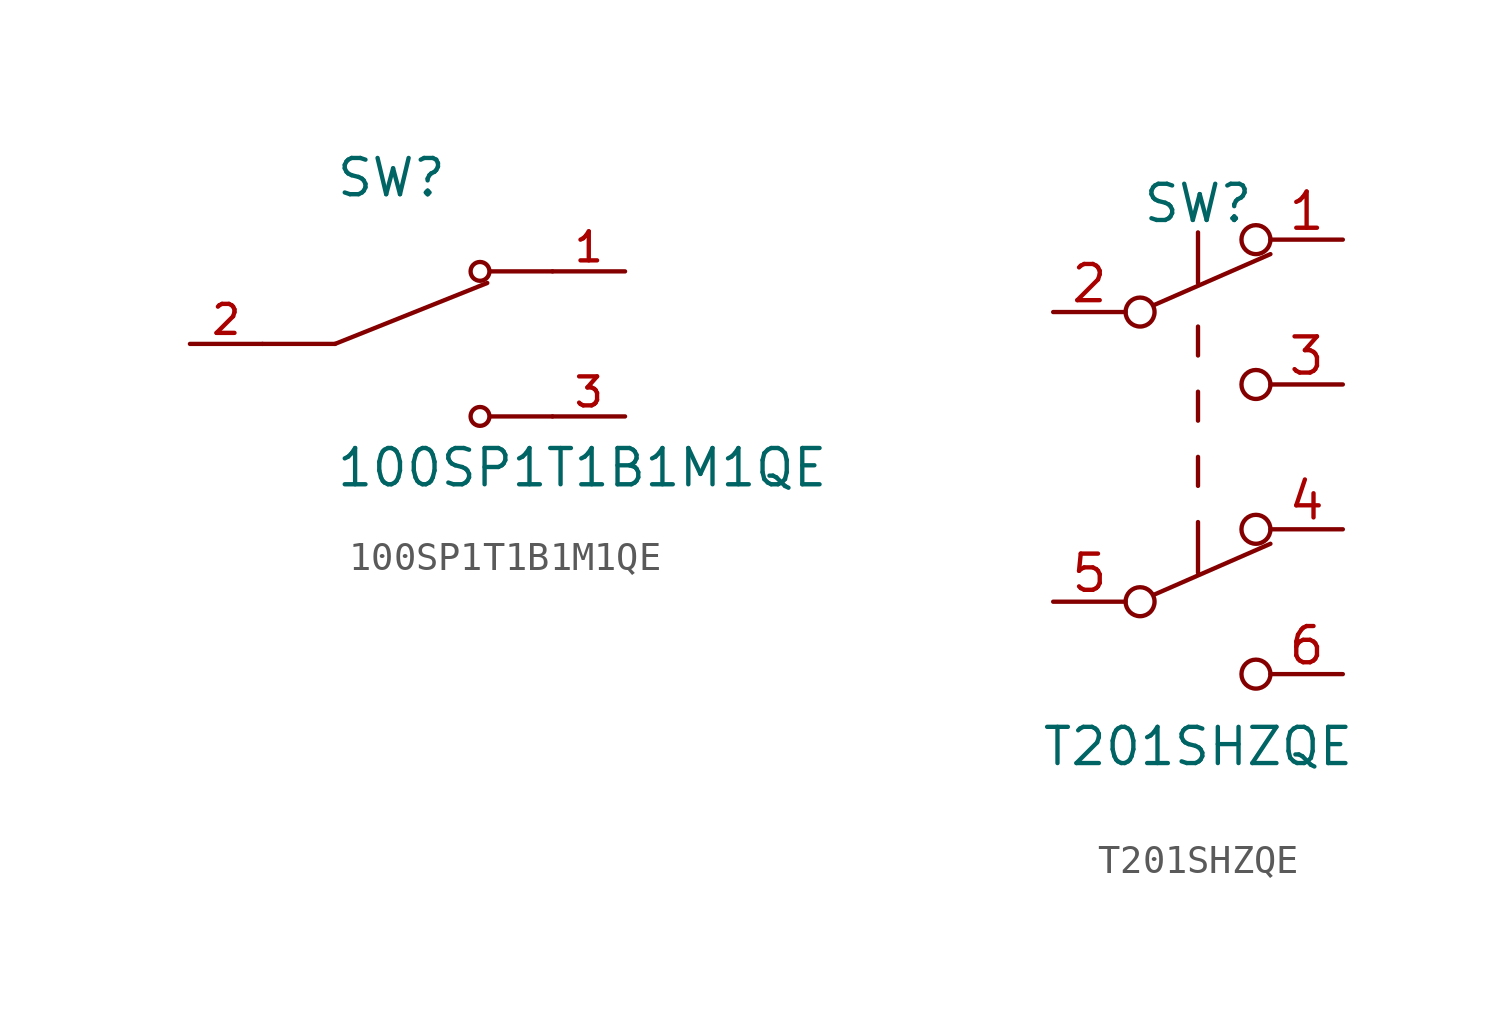
<source format=kicad_sym>
(kicad_symbol_lib
  (version 20211014)
  (generator kicad_symbol_editor)
  (symbol "100SP1T1B1M1QE"
    (pin_names
      (offset 1.016) hide)
    (property "Reference" "SW"
      (at -2.54 5.08 0)
      (effects (font (size 1.27 1.27)) (justify left bottom)))
    (property "Value" "100SP1T1B1M1QE"
      (at -2.54 -5.08 0)
      (effects (font (size 1.27 1.27)) (justify left bottom)))
    (symbol "100SP1T1B1M1QE_0_0"
      (polyline (pts (xy -2.54 0) (xy -5.08 0)) (stroke (width 0.152) (type default) (color 0 0 0 0)) (fill (type none)))
      (polyline (pts (xy -2.54 0) (xy 2.794 2.134)) (stroke (width 0.152) (type default) (color 0 0 0 0)) (fill (type none)))
      (polyline (pts (xy 5.08 -2.54) (xy 2.921 -2.54)) (stroke (width 0.152) (type default) (color 0 0 0 0)) (fill (type none)))
      (polyline (pts (xy 5.08 2.54) (xy 2.921 2.54)) (stroke (width 0.152) (type default) (color 0 0 0 0)) (fill (type none)))
      (circle (center 2.54 -2.54) (radius 0.33) (stroke (width 0.152) (type default) (color 0 0 0 0)) (fill (type none)))
      (circle (center 2.54 2.54) (radius 0.33) (stroke (width 0.152) (type default) (color 0 0 0 0)) (fill (type none)))
      (pin passive line (at 7.62 2.54 180) (length 2.54) (name "~" (effects (font (size 1.016 1.016)))) (number "1" (effects (font (size 1.016 1.016)))))
      (pin passive line (at -7.62 0 0) (length 2.54) (name "~" (effects (font (size 1.016 1.016)))) (number "2" (effects (font (size 1.016 1.016)))))
      (pin passive line (at 7.62 -2.54 180) (length 2.54) (name "~" (effects (font (size 1.016 1.016)))) (number "3" (effects (font (size 1.016 1.016)))))))
  (symbol "T201SHZQE"
    (pin_names
      (offset 0) hide)
    (property "Reference" "SW"
      (at 0 8.89 0)
      (effects (font (size 1.27 1.27))))
    (property "Value" "T201SHZQE"
      (at 0 -10.16 0)
      (effects (font (size 1.27 1.27))))
    (symbol "T201SHZQE_0_0"
      (circle (center -2.032 -5.08) (radius 0.508) (stroke (width 0) (type default) (color 0 0 0 0)) (fill (type none)))
      (circle (center -2.032 5.08) (radius 0.508) (stroke (width 0) (type default) (color 0 0 0 0)) (fill (type none)))
      (circle (center 2.032 -7.62) (radius 0.508) (stroke (width 0) (type default) (color 0 0 0 0)) (fill (type none)))
      (circle (center 2.032 2.54) (radius 0.508) (stroke (width 0) (type default) (color 0 0 0 0)) (fill (type none))))
    (symbol "T201SHZQE_0_1"
      (polyline (pts (xy -1.524 -4.826) (xy 2.54 -3.048)) (stroke (width 0) (type default) (color 0 0 0 0)) (fill (type none)))
      (polyline (pts (xy -1.524 5.334) (xy 2.54 7.112)) (stroke (width 0) (type default) (color 0 0 0 0)) (fill (type none)))
      (polyline (pts (xy 0 -2.286) (xy 0 -4.064)) (stroke (width 0) (type default) (color 0 0 0 0)) (fill (type none)))
      (polyline (pts (xy 0 -1.016) (xy 0 0)) (stroke (width 0) (type default) (color 0 0 0 0)) (fill (type none)))
      (polyline (pts (xy 0 1.27) (xy 0 2.286)) (stroke (width 0) (type default) (color 0 0 0 0)) (fill (type none)))
      (polyline (pts (xy 0 3.556) (xy 0 4.572)) (stroke (width 0) (type default) (color 0 0 0 0)) (fill (type none)))
      (polyline (pts (xy 0 7.874) (xy 0 6.096)) (stroke (width 0) (type default) (color 0 0 0 0)) (fill (type none)))
      (circle (center 2.032 -2.54) (radius 0.508) (stroke (width 0) (type default) (color 0 0 0 0)) (fill (type none)))
      (circle (center 2.032 7.62) (radius 0.508) (stroke (width 0) (type default) (color 0 0 0 0)) (fill (type none))))
    (symbol "T201SHZQE_1_1"
      (pin passive line (at 5.08 7.62 180) (length 2.54) (name "A" (effects (font (size 1.27 1.27)))) (number "1" (effects (font (size 1.27 1.27)))))
      (pin passive line (at -5.08 5.08 0) (length 2.54) (name "B" (effects (font (size 1.27 1.27)))) (number "2" (effects (font (size 1.27 1.27)))))
      (pin passive line (at 5.08 2.54 180) (length 2.54) (name "C" (effects (font (size 1.27 1.27)))) (number "3" (effects (font (size 1.27 1.27)))))
      (pin passive line (at 5.08 -2.54 180) (length 2.54) (name "A" (effects (font (size 1.27 1.27)))) (number "4" (effects (font (size 1.27 1.27)))))
      (pin passive line (at -5.08 -5.08 0) (length 2.54) (name "B" (effects (font (size 1.27 1.27)))) (number "5" (effects (font (size 1.27 1.27)))))
      (pin passive line (at 5.08 -7.62 180) (length 2.54) (name "C" (effects (font (size 1.27 1.27)))) (number "6" (effects (font (size 1.27 1.27))))))))
</source>
